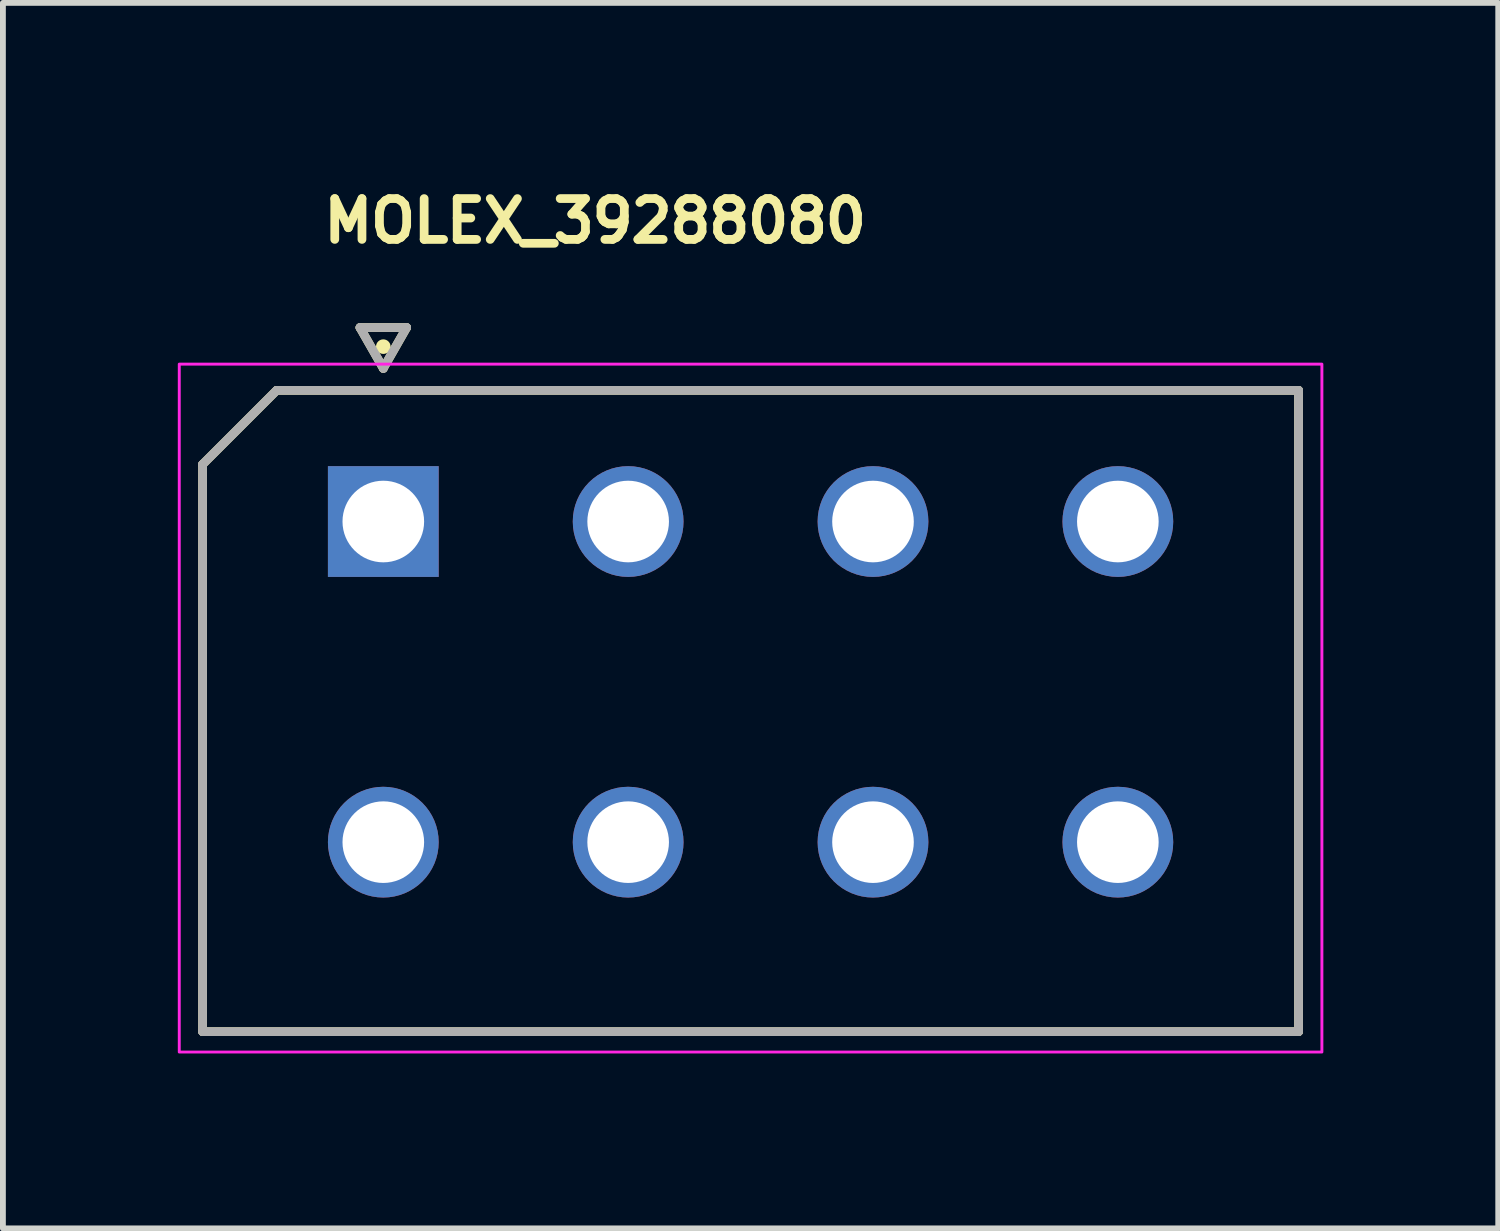
<source format=kicad_pcb>
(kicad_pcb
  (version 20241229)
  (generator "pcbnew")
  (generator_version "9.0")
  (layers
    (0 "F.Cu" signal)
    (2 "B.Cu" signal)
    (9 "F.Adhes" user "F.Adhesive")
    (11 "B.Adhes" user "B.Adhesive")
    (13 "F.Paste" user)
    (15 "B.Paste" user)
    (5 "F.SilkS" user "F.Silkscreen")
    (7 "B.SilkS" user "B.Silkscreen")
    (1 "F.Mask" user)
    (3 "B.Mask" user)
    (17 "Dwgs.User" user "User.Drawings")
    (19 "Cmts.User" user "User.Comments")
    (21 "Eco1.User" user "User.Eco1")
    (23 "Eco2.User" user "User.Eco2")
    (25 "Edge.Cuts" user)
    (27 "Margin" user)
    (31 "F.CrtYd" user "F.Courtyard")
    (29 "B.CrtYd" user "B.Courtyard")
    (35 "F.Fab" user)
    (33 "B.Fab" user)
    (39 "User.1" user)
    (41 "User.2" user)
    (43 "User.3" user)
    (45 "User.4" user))
  (footprint "MOLEX_39288080"
    (layer "F.Cu")
    (at 3.525 5.896)
    (property "Reference" "MOLEX_39288080" (at -1.098 -4.746 0) (layer "F.SilkS") (effects (font (size 0.7 0.7) (thickness 0.15)) (justify left bottom)))
    (attr through_hole)
    (fp_circle (center 0 5.5) (end 0.513 5.5) (stroke (width 1.026) (type solid)) (fill no) (layer "F.Mask"))
    (fp_circle (center 4.2 0) (end 4.713 0) (stroke (width 1.026) (type solid)) (fill no) (layer "F.Mask"))
    (fp_circle (center 4.2 5.5) (end 4.713 5.5) (stroke (width 1.026) (type solid)) (fill no) (layer "F.Mask"))
    (fp_circle (center 8.4 0) (end 8.913 0) (stroke (width 1.026) (type solid)) (fill no) (layer "F.Mask"))
    (fp_circle (center 8.4 5.5) (end 8.913 5.5) (stroke (width 1.026) (type solid)) (fill no) (layer "F.Mask"))
    (fp_circle (center 12.6 0) (end 13.113 0) (stroke (width 1.026) (type solid)) (fill no) (layer "F.Mask"))
    (fp_circle (center 12.6 5.5) (end 13.113 5.5) (stroke (width 1.026) (type solid)) (fill no) (layer "F.Mask"))
    (fp_poly (pts (xy -1.026 -1.026) (xy 1.026 -1.026) (xy 1.026 1.026) (xy -1.026 1.026)) (stroke (width 0.01) (type solid)) (fill yes) (layer "F.Mask"))
    (fp_circle (center 0 5.5) (end 0.513 5.5) (stroke (width 1.026) (type solid)) (fill no) (layer "B.Mask"))
    (fp_circle (center 4.2 0) (end 4.713 0) (stroke (width 1.026) (type solid)) (fill no) (layer "B.Mask"))
    (fp_circle (center 4.2 5.5) (end 4.713 5.5) (stroke (width 1.026) (type solid)) (fill no) (layer "B.Mask"))
    (fp_circle (center 8.4 0) (end 8.913 0) (stroke (width 1.026) (type solid)) (fill no) (layer "B.Mask"))
    (fp_circle (center 8.4 5.5) (end 8.913 5.5) (stroke (width 1.026) (type solid)) (fill no) (layer "B.Mask"))
    (fp_circle (center 12.6 0) (end 13.113 0) (stroke (width 1.026) (type solid)) (fill no) (layer "B.Mask"))
    (fp_circle (center 12.6 5.5) (end 13.113 5.5) (stroke (width 1.026) (type solid)) (fill no) (layer "B.Mask"))
    (fp_poly (pts (xy -1.026 -1.026) (xy 1.026 -1.026) (xy 1.026 1.026) (xy -1.026 1.026)) (stroke (width 0.01) (type solid)) (fill yes) (layer "B.Mask"))
    (fp_line (start -3.1 8.75) (end -3.1 -0.98) (stroke (width 0.15) (type solid)) (layer "F.SilkS"))
    (fp_line (start -1.83 -2.25) (end -3.1 -0.98) (stroke (width 0.15) (type solid)) (layer "F.SilkS"))
    (fp_line (start -1.83 -2.25) (end 15.7 -2.25) (stroke (width 0.15) (type solid)) (layer "F.SilkS"))
    (fp_line (start -0.4 -3.327) (end 0 -2.627) (stroke (width 0.15) (type solid)) (layer "F.SilkS"))
    (fp_line (start 0 -2.627) (end 0.4 -3.327) (stroke (width 0.15) (type solid)) (layer "F.SilkS"))
    (fp_line (start 0.4 -3.327) (end -0.4 -3.327) (stroke (width 0.15) (type solid)) (layer "F.SilkS"))
    (fp_line (start 15.7 -2.25) (end 15.7 8.75) (stroke (width 0.15) (type solid)) (layer "F.SilkS"))
    (fp_line (start 15.7 8.75) (end -3.1 8.75) (stroke (width 0.15) (type solid)) (layer "F.SilkS"))
    (fp_circle (center 0 -3) (end 0.05 -3) (stroke (width 0.15) (type solid)) (fill yes) (layer "F.SilkS"))
    (fp_rect (start -3.5 -2.7) (end 16.1 9.1) (stroke (width 0.05) (type solid)) (fill no) (layer "F.CrtYd"))
    (fp_line (start -3.1 8.75) (end -3.1 -0.98) (stroke (width 0.15) (type solid)) (layer "F.Fab"))
    (fp_line (start -1.83 -2.25) (end -3.1 -0.98) (stroke (width 0.15) (type solid)) (layer "F.Fab"))
    (fp_line (start -1.83 -2.25) (end 15.7 -2.25) (stroke (width 0.15) (type solid)) (layer "F.Fab"))
    (fp_line (start -0.4 -3.327) (end 0 -2.627) (stroke (width 0.15) (type solid)) (layer "F.Fab"))
    (fp_line (start 0 -2.627) (end 0.4 -3.327) (stroke (width 0.15) (type solid)) (layer "F.Fab"))
    (fp_line (start 0.4 -3.327) (end -0.4 -3.327) (stroke (width 0.15) (type solid)) (layer "F.Fab"))
    (fp_line (start 15.7 -2.25) (end 15.7 8.75) (stroke (width 0.15) (type solid)) (layer "F.Fab"))
    (fp_line (start 15.7 8.75) (end -3.1 8.75) (stroke (width 0.15) (type solid)) (layer "F.Fab"))
    (fp_rect (start -3.1 -2.3) (end 15.7 8.7) (stroke (width 0.1) (type solid)) (fill no) (layer "User.5"))
    (fp_line (start -3.1 -0.1) (end -3.099 -0.126) (stroke (width 0.02) (type solid)) (layer "User.9"))
    (fp_line (start -3.099 -0.126) (end -3.097 -0.152) (stroke (width 0.02) (type solid)) (layer "User.9"))
    (fp_line (start -3.099 -0.074) (end -3.1 -0.1) (stroke (width 0.02) (type solid)) (layer "User.9"))
    (fp_line (start -3.097 -0.152) (end -3.092 -0.177) (stroke (width 0.02) (type solid)) (layer "User.9"))
    (fp_line (start -3.097 -0.048) (end -3.099 -0.074) (stroke (width 0.02) (type solid)) (layer "User.9"))
    (fp_line (start -3.092 -0.177) (end -3.087 -0.203) (stroke (width 0.02) (type solid)) (layer "User.9"))
    (fp_line (start -3.092 -0.023) (end -3.097 -0.048) (stroke (width 0.02) (type solid)) (layer "User.9"))
    (fp_line (start -3.087 -0.203) (end -3.079 -0.228) (stroke (width 0.02) (type solid)) (layer "User.9"))
    (fp_line (start -3.087 0.003) (end -3.092 -0.023) (stroke (width 0.02) (type solid)) (layer "User.9"))
    (fp_line (start -3.079 -0.228) (end -3.07 -0.252) (stroke (width 0.02) (type solid)) (layer "User.9"))
    (fp_line (start -3.079 0.028) (end -3.087 0.003) (stroke (width 0.02) (type solid)) (layer "User.9"))
    (fp_line (start -3.07 -0.252) (end -3.059 -0.276) (stroke (width 0.02) (type solid)) (layer "User.9"))
    (fp_line (start -3.07 0.052) (end -3.079 0.028) (stroke (width 0.02) (type solid)) (layer "User.9"))
    (fp_line (start -3.059 -0.276) (end -3.046 -0.3) (stroke (width 0.02) (type solid)) (layer "User.9"))
    (fp_line (start -3.059 0.076) (end -3.07 0.052) (stroke (width 0.02) (type solid)) (layer "User.9"))
    (fp_line (start -3.046 -0.3) (end -3.046 -0.3) (stroke (width 0.02) (type solid)) (layer "User.9"))
    (fp_line (start -3.046 -0.3) (end -3.04 -0.311) (stroke (width 0.02) (type solid)) (layer "User.9"))
    (fp_line (start -3.046 0.1) (end -3.059 0.076) (stroke (width 0.02) (type solid)) (layer "User.9"))
    (fp_line (start -3.046 0.1) (end -3.046 0.1) (stroke (width 0.02) (type solid)) (layer "User.9"))
    (fp_line (start -3.04 -0.311) (end -3.032 -0.323) (stroke (width 0.02) (type solid)) (layer "User.9"))
    (fp_line (start -3.032 -0.323) (end -3.025 -0.334) (stroke (width 0.02) (type solid)) (layer "User.9"))
    (fp_line (start -3.032 0.123) (end -3.046 0.1) (stroke (width 0.02) (type solid)) (layer "User.9"))
    (fp_line (start -3.025 -0.334) (end -3.017 -0.344) (stroke (width 0.02) (type solid)) (layer "User.9"))
    (fp_line (start -3.017 -0.344) (end -3.009 -0.354) (stroke (width 0.02) (type solid)) (layer "User.9"))
    (fp_line (start -3.017 0.144) (end -3.032 0.123) (stroke (width 0.02) (type solid)) (layer "User.9"))
    (fp_line (start -3.009 -0.354) (end -3 -0.364) (stroke (width 0.02) (type solid)) (layer "User.9"))
    (fp_line (start -3 -0.364) (end -2.991 -0.374) (stroke (width 0.02) (type solid)) (layer "User.9"))
    (fp_line (start -3 0.164) (end -3.017 0.144) (stroke (width 0.02) (type solid)) (layer "User.9"))
    (fp_line (start -2.991 -0.374) (end -2.982 -0.383) (stroke (width 0.02) (type solid)) (layer "User.9"))
    (fp_line (start -2.982 -0.383) (end -2.973 -0.393) (stroke (width 0.02) (type solid)) (layer "User.9"))
    (fp_line (start -2.982 0.183) (end -3 0.164) (stroke (width 0.02) (type solid)) (layer "User.9"))
    (fp_line (start -2.973 -0.393) (end -2.963 -0.401) (stroke (width 0.02) (type solid)) (layer "User.9"))
    (fp_line (start -2.963 -0.401) (end -2.953 -0.41) (stroke (width 0.02) (type solid)) (layer "User.9"))
    (fp_line (start -2.963 0.201) (end -2.982 0.183) (stroke (width 0.02) (type solid)) (layer "User.9"))
    (fp_line (start -2.953 -0.41) (end -2.943 -0.418) (stroke (width 0.02) (type solid)) (layer "User.9"))
    (fp_line (start -2.943 -0.418) (end -2.933 -0.425) (stroke (width 0.02) (type solid)) (layer "User.9"))
    (fp_line (start -2.943 0.218) (end -2.963 0.201) (stroke (width 0.02) (type solid)) (layer "User.9"))
    (fp_line (start -2.933 -0.425) (end -2.922 -0.433) (stroke (width 0.02) (type solid)) (layer "User.9"))
    (fp_line (start -2.922 -0.433) (end -2.911 -0.44) (stroke (width 0.02) (type solid)) (layer "User.9"))
    (fp_line (start -2.922 0.233) (end -2.943 0.218) (stroke (width 0.02) (type solid)) (layer "User.9"))
    (fp_line (start -2.911 -0.44) (end -2.9 -0.446) (stroke (width 0.02) (type solid)) (layer "User.9"))
    (fp_line (start -2.9 -0.446) (end -2.889 -0.453) (stroke (width 0.02) (type solid)) (layer "User.9"))
    (fp_line (start -2.9 0.246) (end -2.922 0.233) (stroke (width 0.02) (type solid)) (layer "User.9"))
    (fp_line (start -2.889 -0.453) (end -2.877 -0.459) (stroke (width 0.02) (type solid)) (layer "User.9"))
    (fp_line (start -2.877 -0.459) (end -2.865 -0.464) (stroke (width 0.02) (type solid)) (layer "User.9"))
    (fp_line (start -2.877 0.259) (end -2.9 0.246) (stroke (width 0.02) (type solid)) (layer "User.9"))
    (fp_line (start -2.865 -0.464) (end -2.854 -0.469) (stroke (width 0.02) (type solid)) (layer "User.9"))
    (fp_line (start -2.854 -0.469) (end -2.842 -0.474) (stroke (width 0.02) (type solid)) (layer "User.9"))
    (fp_line (start -2.854 0.269) (end -2.877 0.259) (stroke (width 0.02) (type solid)) (layer "User.9"))
    (fp_line (start -2.842 -0.474) (end -2.829 -0.479) (stroke (width 0.02) (type solid)) (layer "User.9"))
    (fp_line (start -2.829 -0.479) (end -2.817 -0.483) (stroke (width 0.02) (type solid)) (layer "User.9"))
    (fp_line (start -2.829 0.279) (end -2.854 0.269) (stroke (width 0.02) (type solid)) (layer "User.9"))
    (fp_line (start -2.817 -0.483) (end -2.804 -0.486) (stroke (width 0.02) (type solid)) (layer "User.9"))
    (fp_line (start -2.804 -0.486) (end -2.792 -0.489) (stroke (width 0.02) (type solid)) (layer "User.9"))
    (fp_line (start -2.804 0.286) (end -2.829 0.279) (stroke (width 0.02) (type solid)) (layer "User.9"))
    (fp_line (start -2.792 -0.489) (end -2.779 -0.492) (stroke (width 0.02) (type solid)) (layer "User.9"))
    (fp_line (start -2.779 -0.492) (end -2.766 -0.495) (stroke (width 0.02) (type solid)) (layer "User.9"))
    (fp_line (start -2.779 0.292) (end -2.804 0.286) (stroke (width 0.02) (type solid)) (layer "User.9"))
    (fp_line (start -2.766 -0.495) (end -2.753 -0.496) (stroke (width 0.02) (type solid)) (layer "User.9"))
    (fp_line (start -2.753 -0.496) (end -2.74 -0.498) (stroke (width 0.02) (type solid)) (layer "User.9"))
    (fp_line (start -2.753 0.296) (end -2.779 0.292) (stroke (width 0.02) (type solid)) (layer "User.9"))
    (fp_line (start -2.74 -0.498) (end -2.727 -0.499) (stroke (width 0.02) (type solid)) (layer "User.9"))
    (fp_line (start -2.727 -0.499) (end -2.713 -0.5) (stroke (width 0.02) (type solid)) (layer "User.9"))
    (fp_line (start -2.727 0.299) (end -2.753 0.296) (stroke (width 0.02) (type solid)) (layer "User.9"))
    (fp_line (start -2.713 -0.5) (end -2.7 -0.5) (stroke (width 0.02) (type solid)) (layer "User.9"))
    (fp_line (start -2.7 -0.5) (end -2.7 -2.3) (stroke (width 0.02) (type solid)) (layer "User.9"))
    (fp_line (start -2.7 0.3) (end -2.727 0.299) (stroke (width 0.02) (type solid)) (layer "User.9"))
    (fp_line (start -2.7 7.3) (end -2.7 0.3) (stroke (width 0.02) (type solid)) (layer "User.9"))
    (fp_line (start -1.8 -1.4) (end -1.8 2.2) (stroke (width 0.02) (type solid)) (layer "User.9"))
    (fp_line (start -1.8 2.2) (end 1.8 2.2) (stroke (width 0.02) (type solid)) (layer "User.9"))
    (fp_line (start -1.8 3.7) (end -1.8 6.4) (stroke (width 0.02) (type solid)) (layer "User.9"))
    (fp_line (start -1.8 6.4) (end 1.8 6.4) (stroke (width 0.02) (type solid)) (layer "User.9"))
    (fp_line (start -0.9 2.8) (end -1.8 3.7) (stroke (width 0.02) (type solid)) (layer "User.9"))
    (fp_line (start -0.57 -0.35) (end -0.57 0.05) (stroke (width 0.02) (type solid)) (layer "User.9"))
    (fp_line (start -0.57 -0.35) (end 0.57 -0.35) (stroke (width 0.02) (type solid)) (layer "User.9"))
    (fp_line (start -0.57 0.05) (end -0.57 1.19) (stroke (width 0.02) (type solid)) (layer "User.9"))
    (fp_line (start -0.57 0.05) (end 0.57 0.05) (stroke (width 0.02) (type solid)) (layer "User.9"))
    (fp_line (start -0.57 1.19) (end 0.57 1.19) (stroke (width 0.02) (type solid)) (layer "User.9"))
    (fp_line (start -0.57 4.21) (end -0.57 5.35) (stroke (width 0.02) (type solid)) (layer "User.9"))
    (fp_line (start -0.57 4.21) (end 0.57 4.21) (stroke (width 0.02) (type solid)) (layer "User.9"))
    (fp_line (start -0.57 5.35) (end -0.57 5.75) (stroke (width 0.02) (type solid)) (layer "User.9"))
    (fp_line (start -0.57 5.35) (end 0.57 5.35) (stroke (width 0.02) (type solid)) (layer "User.9"))
    (fp_line (start -0.57 5.75) (end 0.57 5.75) (stroke (width 0.02) (type solid)) (layer "User.9"))
    (fp_line (start 0.57 -0.35) (end 0.57 0.05) (stroke (width 0.02) (type solid)) (layer "User.9"))
    (fp_line (start 0.57 0.05) (end 0.57 1.19) (stroke (width 0.02) (type solid)) (layer "User.9"))
    (fp_line (start 0.57 4.21) (end 0.57 5.35) (stroke (width 0.02) (type solid)) (layer "User.9"))
    (fp_line (start 0.57 5.35) (end 0.57 5.75) (stroke (width 0.02) (type solid)) (layer "User.9"))
    (fp_line (start 0.9 2.8) (end -0.9 2.8) (stroke (width 0.02) (type solid)) (layer "User.9"))
    (fp_line (start 1.8 -1.4) (end -1.8 -1.4) (stroke (width 0.02) (type solid)) (layer "User.9"))
    (fp_line (start 1.8 2.2) (end 1.8 -1.4) (stroke (width 0.02) (type solid)) (layer "User.9"))
    (fp_line (start 1.8 3.7) (end 0.9 2.8) (stroke (width 0.02) (type solid)) (layer "User.9"))
    (fp_line (start 1.8 6.4) (end 1.8 3.7) (stroke (width 0.02) (type solid)) (layer "User.9"))
    (fp_line (start 2.4 -0.5) (end 2.4 2.2) (stroke (width 0.02) (type solid)) (layer "User.9"))
    (fp_line (start 2.4 2.2) (end 6 2.2) (stroke (width 0.02) (type solid)) (layer "User.9"))
    (fp_line (start 2.4 2.8) (end 2.4 6.4) (stroke (width 0.02) (type solid)) (layer "User.9"))
    (fp_line (start 2.4 6.4) (end 6 6.4) (stroke (width 0.02) (type solid)) (layer "User.9"))
    (fp_line (start 3.3 -1.4) (end 2.4 -0.5) (stroke (width 0.02) (type solid)) (layer "User.9"))
    (fp_line (start 3.63 -0.35) (end 3.63 0.05) (stroke (width 0.02) (type solid)) (layer "User.9"))
    (fp_line (start 3.63 -0.35) (end 4.77 -0.35) (stroke (width 0.02) (type solid)) (layer "User.9"))
    (fp_line (start 3.63 0.05) (end 3.63 1.19) (stroke (width 0.02) (type solid)) (layer "User.9"))
    (fp_line (start 3.63 0.05) (end 4.77 0.05) (stroke (width 0.02) (type solid)) (layer "User.9"))
    (fp_line (start 3.63 1.19) (end 4.77 1.19) (stroke (width 0.02) (type solid)) (layer "User.9"))
    (fp_line (start 3.63 4.21) (end 3.63 5.35) (stroke (width 0.02) (type solid)) (layer "User.9"))
    (fp_line (start 3.63 4.21) (end 4.77 4.21) (stroke (width 0.02) (type solid)) (layer "User.9"))
    (fp_line (start 3.63 5.35) (end 3.63 5.75) (stroke (width 0.02) (type solid)) (layer "User.9"))
    (fp_line (start 3.63 5.35) (end 4.77 5.35) (stroke (width 0.02) (type solid)) (layer "User.9"))
    (fp_line (start 3.63 5.75) (end 4.77 5.75) (stroke (width 0.02) (type solid)) (layer "User.9"))
    (fp_line (start 4.6 7.3) (end -2.7 7.3) (stroke (width 0.02) (type solid)) (layer "User.9"))
    (fp_line (start 4.6 8.7) (end 4.6 7.3) (stroke (width 0.02) (type solid)) (layer "User.9"))
    (fp_line (start 4.77 -0.35) (end 4.77 0.05) (stroke (width 0.02) (type solid)) (layer "User.9"))
    (fp_line (start 4.77 0.05) (end 4.77 1.19) (stroke (width 0.02) (type solid)) (layer "User.9"))
    (fp_line (start 4.77 4.21) (end 4.77 5.35) (stroke (width 0.02) (type solid)) (layer "User.9"))
    (fp_line (start 4.77 5.35) (end 4.77 5.75) (stroke (width 0.02) (type solid)) (layer "User.9"))
    (fp_line (start 5.1 -1.4) (end 3.3 -1.4) (stroke (width 0.02) (type solid)) (layer "User.9"))
    (fp_line (start 6 -0.5) (end 5.1 -1.4) (stroke (width 0.02) (type solid)) (layer "User.9"))
    (fp_line (start 6 2.2) (end 6 -0.5) (stroke (width 0.02) (type solid)) (layer "User.9"))
    (fp_line (start 6 2.8) (end 2.4 2.8) (stroke (width 0.02) (type solid)) (layer "User.9"))
    (fp_line (start 6 6.4) (end 6 2.8) (stroke (width 0.02) (type solid)) (layer "User.9"))
    (fp_line (start 6.6 -0.5) (end 6.6 2.2) (stroke (width 0.02) (type solid)) (layer "User.9"))
    (fp_line (start 6.6 2.2) (end 10.2 2.2) (stroke (width 0.02) (type solid)) (layer "User.9"))
    (fp_line (start 6.6 2.8) (end 6.6 6.4) (stroke (width 0.02) (type solid)) (layer "User.9"))
    (fp_line (start 6.6 6.4) (end 10.2 6.4) (stroke (width 0.02) (type solid)) (layer "User.9"))
    (fp_line (start 7.5 -1.4) (end 6.6 -0.5) (stroke (width 0.02) (type solid)) (layer "User.9"))
    (fp_line (start 7.83 -0.35) (end 7.83 0.05) (stroke (width 0.02) (type solid)) (layer "User.9"))
    (fp_line (start 7.83 -0.35) (end 8.97 -0.35) (stroke (width 0.02) (type solid)) (layer "User.9"))
    (fp_line (start 7.83 0.05) (end 7.83 1.19) (stroke (width 0.02) (type solid)) (layer "User.9"))
    (fp_line (start 7.83 0.05) (end 8.97 0.05) (stroke (width 0.02) (type solid)) (layer "User.9"))
    (fp_line (start 7.83 1.19) (end 8.97 1.19) (stroke (width 0.02) (type solid)) (layer "User.9"))
    (fp_line (start 7.83 4.21) (end 7.83 5.35) (stroke (width 0.02) (type solid)) (layer "User.9"))
    (fp_line (start 7.83 4.21) (end 8.97 4.21) (stroke (width 0.02) (type solid)) (layer "User.9"))
    (fp_line (start 7.83 5.35) (end 7.83 5.75) (stroke (width 0.02) (type solid)) (layer "User.9"))
    (fp_line (start 7.83 5.35) (end 8.97 5.35) (stroke (width 0.02) (type solid)) (layer "User.9"))
    (fp_line (start 7.83 5.75) (end 8.97 5.75) (stroke (width 0.02) (type solid)) (layer "User.9"))
    (fp_line (start 8 7.3) (end 4.6 7.3) (stroke (width 0.02) (type solid)) (layer "User.9"))
    (fp_line (start 8 8.7) (end 4.6 8.7) (stroke (width 0.02) (type solid)) (layer "User.9"))
    (fp_line (start 8 8.7) (end 8 7.3) (stroke (width 0.02) (type solid)) (layer "User.9"))
    (fp_line (start 8.97 -0.35) (end 8.97 0.05) (stroke (width 0.02) (type solid)) (layer "User.9"))
    (fp_line (start 8.97 0.05) (end 8.97 1.19) (stroke (width 0.02) (type solid)) (layer "User.9"))
    (fp_line (start 8.97 4.21) (end 8.97 5.35) (stroke (width 0.02) (type solid)) (layer "User.9"))
    (fp_line (start 8.97 5.35) (end 8.97 5.75) (stroke (width 0.02) (type solid)) (layer "User.9"))
    (fp_line (start 9.3 -1.4) (end 7.5 -1.4) (stroke (width 0.02) (type solid)) (layer "User.9"))
    (fp_line (start 10.2 -0.5) (end 9.3 -1.4) (stroke (width 0.02) (type solid)) (layer "User.9"))
    (fp_line (start 10.2 2.2) (end 10.2 -0.5) (stroke (width 0.02) (type solid)) (layer "User.9"))
    (fp_line (start 10.2 2.8) (end 6.6 2.8) (stroke (width 0.02) (type solid)) (layer "User.9"))
    (fp_line (start 10.2 6.4) (end 10.2 2.8) (stroke (width 0.02) (type solid)) (layer "User.9"))
    (fp_line (start 10.8 -1.4) (end 10.8 2.2) (stroke (width 0.02) (type solid)) (layer "User.9"))
    (fp_line (start 10.8 2.2) (end 14.4 2.2) (stroke (width 0.02) (type solid)) (layer "User.9"))
    (fp_line (start 10.8 3.7) (end 10.8 6.4) (stroke (width 0.02) (type solid)) (layer "User.9"))
    (fp_line (start 10.8 6.4) (end 14.4 6.4) (stroke (width 0.02) (type solid)) (layer "User.9"))
    (fp_line (start 11.7 2.8) (end 10.8 3.7) (stroke (width 0.02) (type solid)) (layer "User.9"))
    (fp_line (start 12.03 -0.35) (end 12.03 0.05) (stroke (width 0.02) (type solid)) (layer "User.9"))
    (fp_line (start 12.03 -0.35) (end 13.17 -0.35) (stroke (width 0.02) (type solid)) (layer "User.9"))
    (fp_line (start 12.03 0.05) (end 12.03 1.19) (stroke (width 0.02) (type solid)) (layer "User.9"))
    (fp_line (start 12.03 0.05) (end 13.17 0.05) (stroke (width 0.02) (type solid)) (layer "User.9"))
    (fp_line (start 12.03 1.19) (end 13.17 1.19) (stroke (width 0.02) (type solid)) (layer "User.9"))
    (fp_line (start 12.03 4.21) (end 12.03 5.35) (stroke (width 0.02) (type solid)) (layer "User.9"))
    (fp_line (start 12.03 4.21) (end 13.17 4.21) (stroke (width 0.02) (type solid)) (layer "User.9"))
    (fp_line (start 12.03 5.35) (end 12.03 5.75) (stroke (width 0.02) (type solid)) (layer "User.9"))
    (fp_line (start 12.03 5.35) (end 13.17 5.35) (stroke (width 0.02) (type solid)) (layer "User.9"))
    (fp_line (start 12.03 5.75) (end 13.17 5.75) (stroke (width 0.02) (type solid)) (layer "User.9"))
    (fp_line (start 13.17 -0.35) (end 13.17 0.05) (stroke (width 0.02) (type solid)) (layer "User.9"))
    (fp_line (start 13.17 0.05) (end 13.17 1.19) (stroke (width 0.02) (type solid)) (layer "User.9"))
    (fp_line (start 13.17 4.21) (end 13.17 5.35) (stroke (width 0.02) (type solid)) (layer "User.9"))
    (fp_line (start 13.17 5.35) (end 13.17 5.75) (stroke (width 0.02) (type solid)) (layer "User.9"))
    (fp_line (start 13.5 2.8) (end 11.7 2.8) (stroke (width 0.02) (type solid)) (layer "User.9"))
    (fp_line (start 14.4 -1.4) (end 10.8 -1.4) (stroke (width 0.02) (type solid)) (layer "User.9"))
    (fp_line (start 14.4 2.2) (end 14.4 -1.4) (stroke (width 0.02) (type solid)) (layer "User.9"))
    (fp_line (start 14.4 3.7) (end 13.5 2.8) (stroke (width 0.02) (type solid)) (layer "User.9"))
    (fp_line (start 14.4 6.4) (end 14.4 3.7) (stroke (width 0.02) (type solid)) (layer "User.9"))
    (fp_line (start 15.3 -2.3) (end -2.7 -2.3) (stroke (width 0.02) (type solid)) (layer "User.9"))
    (fp_line (start 15.3 4.09) (end 15.3 -2.3) (stroke (width 0.02) (type solid)) (layer "User.9"))
    (fp_line (start 15.3 4.09) (end 15.7 4.49) (stroke (width 0.02) (type solid)) (layer "User.9"))
    (fp_line (start 15.3 7.3) (end 8 7.3) (stroke (width 0.02) (type solid)) (layer "User.9"))
    (fp_line (start 15.3 7.3) (end 15.3 5.89) (stroke (width 0.02) (type solid)) (layer "User.9"))
    (fp_line (start 15.7 4.49) (end 15.7 5.49) (stroke (width 0.02) (type solid)) (layer "User.9"))
    (fp_line (start 15.7 5.49) (end 15.3 5.89) (stroke (width 0.02) (type solid)) (layer "User.9"))
    (pad "1" thru_hole rect (at 0 0) (size 1.9 1.9) (drill 1.4) (layers "*.Cu"))
    (pad "2" thru_hole circle (at 4.2 0) (size 1.9 1.9) (drill 1.4) (layers "*.Cu"))
    (pad "3" thru_hole circle (at 8.4 0) (size 1.9 1.9) (drill 1.4) (layers "*.Cu"))
    (pad "4" thru_hole circle (at 12.6 0) (size 1.9 1.9) (drill 1.4) (layers "*.Cu"))
    (pad "5" thru_hole circle (at 0 5.5) (size 1.9 1.9) (drill 1.4) (layers "*.Cu"))
    (pad "6" thru_hole circle (at 4.2 5.5) (size 1.9 1.9) (drill 1.4) (layers "*.Cu"))
    (pad "7" thru_hole circle (at 8.4 5.5) (size 1.9 1.9) (drill 1.4) (layers "*.Cu"))
    (pad "8" thru_hole circle (at 12.6 5.5) (size 1.9 1.9) (drill 1.4) (layers "*.Cu")))
  (gr_rect
    (start -3 -3)
    (end 22.65 18.021)
    (stroke (width 0.1) (type default))
    (fill no)
    (layer "Edge.Cuts")))
</source>
